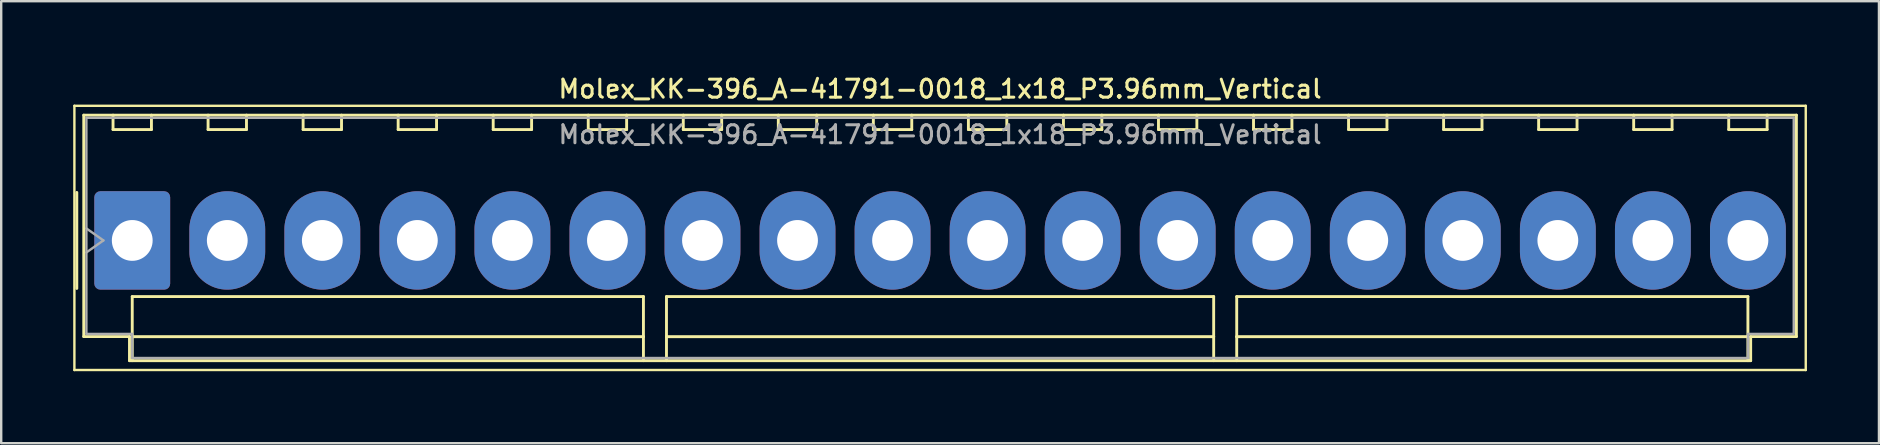
<source format=kicad_pcb>
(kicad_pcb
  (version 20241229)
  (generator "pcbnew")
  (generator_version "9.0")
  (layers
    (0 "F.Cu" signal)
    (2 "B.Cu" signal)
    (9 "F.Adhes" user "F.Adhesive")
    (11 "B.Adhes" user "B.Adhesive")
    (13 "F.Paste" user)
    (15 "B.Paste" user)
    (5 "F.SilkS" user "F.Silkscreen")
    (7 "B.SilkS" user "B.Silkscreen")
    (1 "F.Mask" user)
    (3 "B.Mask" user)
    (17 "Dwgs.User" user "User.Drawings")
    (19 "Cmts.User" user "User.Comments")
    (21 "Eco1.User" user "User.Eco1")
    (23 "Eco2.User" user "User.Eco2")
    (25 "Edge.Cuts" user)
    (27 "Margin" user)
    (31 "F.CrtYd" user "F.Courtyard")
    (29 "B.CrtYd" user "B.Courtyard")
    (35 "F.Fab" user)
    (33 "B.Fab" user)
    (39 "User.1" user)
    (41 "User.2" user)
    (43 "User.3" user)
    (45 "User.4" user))
  (footprint "Molex_KK-396_A-41791-0018_1x18_P3.96mm_Vertical"
    (layer "F.Cu")
    (at 2.46 6.968)
    (property "Reference" "Molex_KK-396_A-41791-0018_1x18_P3.96mm_Vertical" (at 33.66 -6.31 0) (layer "F.SilkS") (effects (font (size 0.75 0.75) (thickness 0.125))))
    (attr through_hole)
    (fp_line (start -2.41 -5.61) (end -2.41 5.4) (stroke (width 0.1) (type solid)) (layer "F.SilkS"))
    (fp_line (start -2.41 5.4) (end 69.73 5.4) (stroke (width 0.1) (type solid)) (layer "F.SilkS"))
    (fp_line (start -2.31 -2) (end -2.31 2) (stroke (width 0.12) (type solid)) (layer "F.SilkS"))
    (fp_line (start -2.02 -5.22) (end 69.34 -5.22) (stroke (width 0.12) (type solid)) (layer "F.SilkS"))
    (fp_line (start -2.02 4.005) (end -2.02 -5.22) (stroke (width 0.12) (type solid)) (layer "F.SilkS"))
    (fp_line (start -0.8 -5.22) (end -0.8 -4.62) (stroke (width 0.12) (type solid)) (layer "F.SilkS"))
    (fp_line (start -0.8 -4.62) (end 0.8 -4.62) (stroke (width 0.12) (type solid)) (layer "F.SilkS"))
    (fp_line (start -0.115 4.005) (end -2.02 4.005) (stroke (width 0.12) (type solid)) (layer "F.SilkS"))
    (fp_line (start -0.115 5.01) (end -0.115 4.005) (stroke (width 0.12) (type solid)) (layer "F.SilkS"))
    (fp_line (start 0 2.34) (end 21.3 2.34) (stroke (width 0.12) (type solid)) (layer "F.SilkS"))
    (fp_line (start 0 4.01) (end 0 2.34) (stroke (width 0.12) (type solid)) (layer "F.SilkS"))
    (fp_line (start 0 4.01) (end 21.3 4.01) (stroke (width 0.12) (type solid)) (layer "F.SilkS"))
    (fp_line (start 0 5.01) (end 0 4.01) (stroke (width 0.12) (type solid)) (layer "F.SilkS"))
    (fp_line (start 0.8 -4.62) (end 0.8 -5.22) (stroke (width 0.12) (type solid)) (layer "F.SilkS"))
    (fp_line (start 3.16 -5.22) (end 3.16 -4.62) (stroke (width 0.12) (type solid)) (layer "F.SilkS"))
    (fp_line (start 3.16 -4.62) (end 4.76 -4.62) (stroke (width 0.12) (type solid)) (layer "F.SilkS"))
    (fp_line (start 4.76 -4.62) (end 4.76 -5.22) (stroke (width 0.12) (type solid)) (layer "F.SilkS"))
    (fp_line (start 7.12 -5.22) (end 7.12 -4.62) (stroke (width 0.12) (type solid)) (layer "F.SilkS"))
    (fp_line (start 7.12 -4.62) (end 8.72 -4.62) (stroke (width 0.12) (type solid)) (layer "F.SilkS"))
    (fp_line (start 8.72 -4.62) (end 8.72 -5.22) (stroke (width 0.12) (type solid)) (layer "F.SilkS"))
    (fp_line (start 11.08 -5.22) (end 11.08 -4.62) (stroke (width 0.12) (type solid)) (layer "F.SilkS"))
    (fp_line (start 11.08 -4.62) (end 12.68 -4.62) (stroke (width 0.12) (type solid)) (layer "F.SilkS"))
    (fp_line (start 12.68 -4.62) (end 12.68 -5.22) (stroke (width 0.12) (type solid)) (layer "F.SilkS"))
    (fp_line (start 15.04 -5.22) (end 15.04 -4.62) (stroke (width 0.12) (type solid)) (layer "F.SilkS"))
    (fp_line (start 15.04 -4.62) (end 16.64 -4.62) (stroke (width 0.12) (type solid)) (layer "F.SilkS"))
    (fp_line (start 16.64 -4.62) (end 16.64 -5.22) (stroke (width 0.12) (type solid)) (layer "F.SilkS"))
    (fp_line (start 19 -5.22) (end 19 -4.62) (stroke (width 0.12) (type solid)) (layer "F.SilkS"))
    (fp_line (start 19 -4.62) (end 20.6 -4.62) (stroke (width 0.12) (type solid)) (layer "F.SilkS"))
    (fp_line (start 20.6 -4.62) (end 20.6 -5.22) (stroke (width 0.12) (type solid)) (layer "F.SilkS"))
    (fp_line (start 21.3 2.34) (end 21.3 4.01) (stroke (width 0.12) (type solid)) (layer "F.SilkS"))
    (fp_line (start 21.3 4.01) (end 21.3 5.01) (stroke (width 0.12) (type solid)) (layer "F.SilkS"))
    (fp_line (start 22.26 2.34) (end 45.06 2.34) (stroke (width 0.12) (type solid)) (layer "F.SilkS"))
    (fp_line (start 22.26 4.01) (end 22.26 2.34) (stroke (width 0.12) (type solid)) (layer "F.SilkS"))
    (fp_line (start 22.26 4.01) (end 45.06 4.01) (stroke (width 0.12) (type solid)) (layer "F.SilkS"))
    (fp_line (start 22.26 5.01) (end 22.26 4.01) (stroke (width 0.12) (type solid)) (layer "F.SilkS"))
    (fp_line (start 22.96 -5.22) (end 22.96 -4.62) (stroke (width 0.12) (type solid)) (layer "F.SilkS"))
    (fp_line (start 22.96 -4.62) (end 24.56 -4.62) (stroke (width 0.12) (type solid)) (layer "F.SilkS"))
    (fp_line (start 24.56 -4.62) (end 24.56 -5.22) (stroke (width 0.12) (type solid)) (layer "F.SilkS"))
    (fp_line (start 26.92 -5.22) (end 26.92 -4.62) (stroke (width 0.12) (type solid)) (layer "F.SilkS"))
    (fp_line (start 26.92 -4.62) (end 28.52 -4.62) (stroke (width 0.12) (type solid)) (layer "F.SilkS"))
    (fp_line (start 28.52 -4.62) (end 28.52 -5.22) (stroke (width 0.12) (type solid)) (layer "F.SilkS"))
    (fp_line (start 30.88 -5.22) (end 30.88 -4.62) (stroke (width 0.12) (type solid)) (layer "F.SilkS"))
    (fp_line (start 30.88 -4.62) (end 32.48 -4.62) (stroke (width 0.12) (type solid)) (layer "F.SilkS"))
    (fp_line (start 32.48 -4.62) (end 32.48 -5.22) (stroke (width 0.12) (type solid)) (layer "F.SilkS"))
    (fp_line (start 34.84 -5.22) (end 34.84 -4.62) (stroke (width 0.12) (type solid)) (layer "F.SilkS"))
    (fp_line (start 34.84 -4.62) (end 36.44 -4.62) (stroke (width 0.12) (type solid)) (layer "F.SilkS"))
    (fp_line (start 36.44 -4.62) (end 36.44 -5.22) (stroke (width 0.12) (type solid)) (layer "F.SilkS"))
    (fp_line (start 38.8 -5.22) (end 38.8 -4.62) (stroke (width 0.12) (type solid)) (layer "F.SilkS"))
    (fp_line (start 38.8 -4.62) (end 40.4 -4.62) (stroke (width 0.12) (type solid)) (layer "F.SilkS"))
    (fp_line (start 40.4 -4.62) (end 40.4 -5.22) (stroke (width 0.12) (type solid)) (layer "F.SilkS"))
    (fp_line (start 42.76 -5.22) (end 42.76 -4.62) (stroke (width 0.12) (type solid)) (layer "F.SilkS"))
    (fp_line (start 42.76 -4.62) (end 44.36 -4.62) (stroke (width 0.12) (type solid)) (layer "F.SilkS"))
    (fp_line (start 44.36 -4.62) (end 44.36 -5.22) (stroke (width 0.12) (type solid)) (layer "F.SilkS"))
    (fp_line (start 45.06 2.34) (end 45.06 4.01) (stroke (width 0.12) (type solid)) (layer "F.SilkS"))
    (fp_line (start 45.06 4.01) (end 45.06 5.01) (stroke (width 0.12) (type solid)) (layer "F.SilkS"))
    (fp_line (start 46.02 2.34) (end 67.32 2.34) (stroke (width 0.12) (type solid)) (layer "F.SilkS"))
    (fp_line (start 46.02 4.01) (end 46.02 2.34) (stroke (width 0.12) (type solid)) (layer "F.SilkS"))
    (fp_line (start 46.02 4.01) (end 67.32 4.01) (stroke (width 0.12) (type solid)) (layer "F.SilkS"))
    (fp_line (start 46.02 5.01) (end 46.02 4.01) (stroke (width 0.12) (type solid)) (layer "F.SilkS"))
    (fp_line (start 46.72 -5.22) (end 46.72 -4.62) (stroke (width 0.12) (type solid)) (layer "F.SilkS"))
    (fp_line (start 46.72 -4.62) (end 48.32 -4.62) (stroke (width 0.12) (type solid)) (layer "F.SilkS"))
    (fp_line (start 48.32 -4.62) (end 48.32 -5.22) (stroke (width 0.12) (type solid)) (layer "F.SilkS"))
    (fp_line (start 50.68 -5.22) (end 50.68 -4.62) (stroke (width 0.12) (type solid)) (layer "F.SilkS"))
    (fp_line (start 50.68 -4.62) (end 52.28 -4.62) (stroke (width 0.12) (type solid)) (layer "F.SilkS"))
    (fp_line (start 52.28 -4.62) (end 52.28 -5.22) (stroke (width 0.12) (type solid)) (layer "F.SilkS"))
    (fp_line (start 54.64 -5.22) (end 54.64 -4.62) (stroke (width 0.12) (type solid)) (layer "F.SilkS"))
    (fp_line (start 54.64 -4.62) (end 56.24 -4.62) (stroke (width 0.12) (type solid)) (layer "F.SilkS"))
    (fp_line (start 56.24 -4.62) (end 56.24 -5.22) (stroke (width 0.12) (type solid)) (layer "F.SilkS"))
    (fp_line (start 58.6 -5.22) (end 58.6 -4.62) (stroke (width 0.12) (type solid)) (layer "F.SilkS"))
    (fp_line (start 58.6 -4.62) (end 60.2 -4.62) (stroke (width 0.12) (type solid)) (layer "F.SilkS"))
    (fp_line (start 60.2 -4.62) (end 60.2 -5.22) (stroke (width 0.12) (type solid)) (layer "F.SilkS"))
    (fp_line (start 62.56 -5.22) (end 62.56 -4.62) (stroke (width 0.12) (type solid)) (layer "F.SilkS"))
    (fp_line (start 62.56 -4.62) (end 64.16 -4.62) (stroke (width 0.12) (type solid)) (layer "F.SilkS"))
    (fp_line (start 64.16 -4.62) (end 64.16 -5.22) (stroke (width 0.12) (type solid)) (layer "F.SilkS"))
    (fp_line (start 66.52 -5.22) (end 66.52 -4.62) (stroke (width 0.12) (type solid)) (layer "F.SilkS"))
    (fp_line (start 66.52 -4.62) (end 68.12 -4.62) (stroke (width 0.12) (type solid)) (layer "F.SilkS"))
    (fp_line (start 67.32 2.34) (end 67.32 4.01) (stroke (width 0.12) (type solid)) (layer "F.SilkS"))
    (fp_line (start 67.32 4.01) (end 67.32 5.01) (stroke (width 0.12) (type solid)) (layer "F.SilkS"))
    (fp_line (start 67.435 4.005) (end 67.435 5.01) (stroke (width 0.12) (type solid)) (layer "F.SilkS"))
    (fp_line (start 67.435 5.01) (end -0.115 5.01) (stroke (width 0.12) (type solid)) (layer "F.SilkS"))
    (fp_line (start 68.12 -4.62) (end 68.12 -5.22) (stroke (width 0.12) (type solid)) (layer "F.SilkS"))
    (fp_line (start 69.34 -5.22) (end 69.34 4.005) (stroke (width 0.12) (type solid)) (layer "F.SilkS"))
    (fp_line (start 69.34 4.005) (end 67.435 4.005) (stroke (width 0.12) (type solid)) (layer "F.SilkS"))
    (fp_line (start 69.73 -5.61) (end -2.41 -5.61) (stroke (width 0.1) (type solid)) (layer "F.SilkS"))
    (fp_line (start 69.73 5.4) (end 69.73 -5.61) (stroke (width 0.1) (type solid)) (layer "F.SilkS"))
    (fp_line (start -1.91 -5.11) (end 69.23 -5.11) (stroke (width 0.1) (type solid)) (layer "F.Fab"))
    (fp_line (start -1.91 -0.5) (end -1.203 0) (stroke (width 0.1) (type solid)) (layer "F.Fab"))
    (fp_line (start -1.91 3.895) (end -1.91 -5.11) (stroke (width 0.1) (type solid)) (layer "F.Fab"))
    (fp_line (start -1.203 0) (end -1.91 0.5) (stroke (width 0.1) (type solid)) (layer "F.Fab"))
    (fp_line (start -0.005 3.895) (end -1.91 3.895) (stroke (width 0.1) (type solid)) (layer "F.Fab"))
    (fp_line (start -0.005 4.9) (end -0.005 3.895) (stroke (width 0.1) (type solid)) (layer "F.Fab"))
    (fp_line (start 67.325 3.895) (end 67.325 4.9) (stroke (width 0.1) (type solid)) (layer "F.Fab"))
    (fp_line (start 67.325 4.9) (end -0.005 4.9) (stroke (width 0.1) (type solid)) (layer "F.Fab"))
    (fp_line (start 69.23 -5.11) (end 69.23 3.895) (stroke (width 0.1) (type solid)) (layer "F.Fab"))
    (fp_line (start 69.23 3.895) (end 67.325 3.895) (stroke (width 0.1) (type solid)) (layer "F.Fab"))
    (fp_text user "${REFERENCE}" (at 33.66 -4.41 0) (layer "F.Fab") (effects (font (size 0.75 0.75) (thickness 0.125))))
    (pad "1" thru_hole roundrect (at 0 0) (size 3.16 4.1) (drill 1.7) (layers "*.Cu" "*.Mask") (roundrect_rratio 0.079))
    (pad "2" thru_hole oval (at 3.96 0) (size 3.16 4.1) (drill 1.7) (layers "*.Cu" "*.Mask"))
    (pad "3" thru_hole oval (at 7.92 0) (size 3.16 4.1) (drill 1.7) (layers "*.Cu" "*.Mask"))
    (pad "4" thru_hole oval (at 11.88 0) (size 3.16 4.1) (drill 1.7) (layers "*.Cu" "*.Mask"))
    (pad "5" thru_hole oval (at 15.84 0) (size 3.16 4.1) (drill 1.7) (layers "*.Cu" "*.Mask"))
    (pad "6" thru_hole oval (at 19.8 0) (size 3.16 4.1) (drill 1.7) (layers "*.Cu" "*.Mask"))
    (pad "7" thru_hole oval (at 23.76 0) (size 3.16 4.1) (drill 1.7) (layers "*.Cu" "*.Mask"))
    (pad "8" thru_hole oval (at 27.72 0) (size 3.16 4.1) (drill 1.7) (layers "*.Cu" "*.Mask"))
    (pad "9" thru_hole oval (at 31.68 0) (size 3.16 4.1) (drill 1.7) (layers "*.Cu" "*.Mask"))
    (pad "10" thru_hole oval (at 35.64 0) (size 3.16 4.1) (drill 1.7) (layers "*.Cu" "*.Mask"))
    (pad "11" thru_hole oval (at 39.6 0) (size 3.16 4.1) (drill 1.7) (layers "*.Cu" "*.Mask"))
    (pad "12" thru_hole oval (at 43.56 0) (size 3.16 4.1) (drill 1.7) (layers "*.Cu" "*.Mask"))
    (pad "13" thru_hole oval (at 47.52 0) (size 3.16 4.1) (drill 1.7) (layers "*.Cu" "*.Mask"))
    (pad "14" thru_hole oval (at 51.48 0) (size 3.16 4.1) (drill 1.7) (layers "*.Cu" "*.Mask"))
    (pad "15" thru_hole oval (at 55.44 0) (size 3.16 4.1) (drill 1.7) (layers "*.Cu" "*.Mask"))
    (pad "16" thru_hole oval (at 59.4 0) (size 3.16 4.1) (drill 1.7) (layers "*.Cu" "*.Mask"))
    (pad "17" thru_hole oval (at 63.36 0) (size 3.16 4.1) (drill 1.7) (layers "*.Cu" "*.Mask"))
    (pad "18" thru_hole oval (at 67.32 0) (size 3.16 4.1) (drill 1.7) (layers "*.Cu" "*.Mask")))
  (gr_rect
    (start -3 -3)
    (end 75.24 15.418)
    (stroke (width 0.1) (type default))
    (fill no)
    (layer "Edge.Cuts")))
</source>
